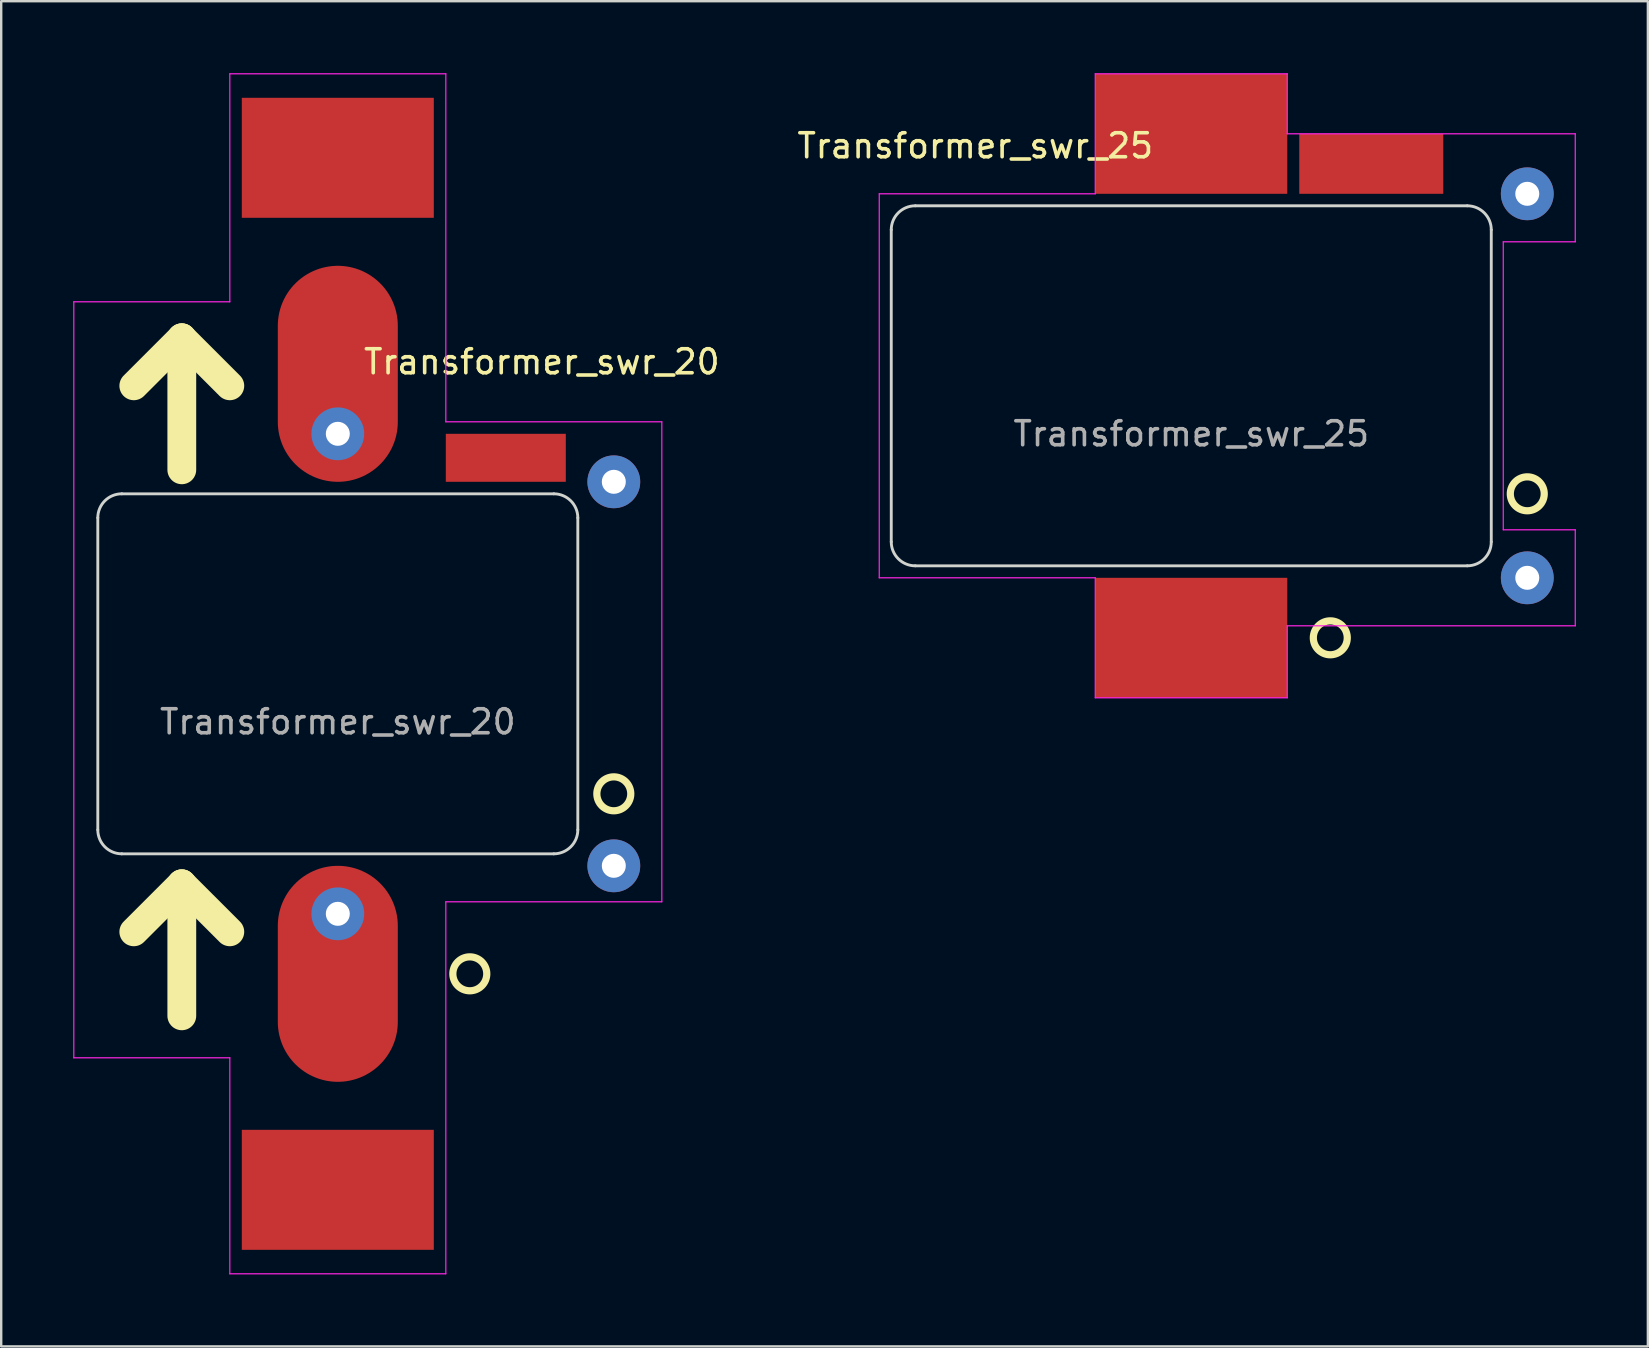
<source format=kicad_pcb>
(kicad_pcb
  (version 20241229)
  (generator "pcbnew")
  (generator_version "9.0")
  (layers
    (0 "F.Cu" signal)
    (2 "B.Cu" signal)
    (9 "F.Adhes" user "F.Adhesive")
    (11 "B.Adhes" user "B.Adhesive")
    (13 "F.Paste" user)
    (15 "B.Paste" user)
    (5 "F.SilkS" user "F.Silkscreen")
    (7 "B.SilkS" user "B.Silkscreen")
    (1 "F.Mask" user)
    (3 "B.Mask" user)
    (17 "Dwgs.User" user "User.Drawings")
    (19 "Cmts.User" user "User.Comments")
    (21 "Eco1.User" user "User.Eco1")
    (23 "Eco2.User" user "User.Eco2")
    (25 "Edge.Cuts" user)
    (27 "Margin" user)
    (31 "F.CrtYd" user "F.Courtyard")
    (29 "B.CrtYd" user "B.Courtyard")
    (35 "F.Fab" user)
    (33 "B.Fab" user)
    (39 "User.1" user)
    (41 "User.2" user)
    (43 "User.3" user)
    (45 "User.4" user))
  (footprint "Transformer_swr_25"
    (layer "F.Cu")
    (at 46.585 13.025)
    (property "Reference" "Transformer_swr_25" (at -9 -10 0) (unlocked yes) (layer "F.SilkS") (effects (font (size 1 1) (thickness 0.15))))
    (attr through_hole)
    (fp_circle (center 5.793 10.5) (end 6.5 10.5) (stroke (width 0.3) (type solid)) (fill no) (layer "F.SilkS"))
    (fp_circle (center 14 4.5) (end 14.707 4.5) (stroke (width 0.3) (type solid)) (fill no) (layer "F.SilkS"))
    (fp_line (start -12.5 6.5) (end -12.5 -6.5) (stroke (width 0.12) (type solid)) (layer "Edge.Cuts"))
    (fp_line (start -11.5 -7.5) (end 11.5 -7.5) (stroke (width 0.12) (type solid)) (layer "Edge.Cuts"))
    (fp_line (start 11.5 7.5) (end -11.5 7.5) (stroke (width 0.12) (type solid)) (layer "Edge.Cuts"))
    (fp_line (start 12.5 -6.5) (end 12.5 6.5) (stroke (width 0.12) (type solid)) (layer "Edge.Cuts"))
    (fp_arc (start -12.5 -6.5) (mid -12.207107 -7.207107) (end -11.5 -7.5) (stroke (width 0.12) (type solid)) (layer "Edge.Cuts"))
    (fp_arc (start -11.5 7.5) (mid -12.207107 7.207107) (end -12.5 6.5) (stroke (width 0.12) (type solid)) (layer "Edge.Cuts"))
    (fp_arc (start 11.5 -7.5) (mid 12.207107 -7.207107) (end 12.5 -6.5) (stroke (width 0.12) (type solid)) (layer "Edge.Cuts"))
    (fp_arc (start 12.5 6.5) (mid 12.207107 7.207107) (end 11.5 7.5) (stroke (width 0.12) (type solid)) (layer "Edge.Cuts"))
    (fp_line (start -13 -8) (end -13 8) (stroke (width 0.05) (type solid)) (layer "F.CrtYd"))
    (fp_line (start -13 8) (end -4 8) (stroke (width 0.05) (type solid)) (layer "F.CrtYd"))
    (fp_line (start -4 -13) (end -4 -8) (stroke (width 0.05) (type solid)) (layer "F.CrtYd"))
    (fp_line (start -4 -8) (end -13 -8) (stroke (width 0.05) (type solid)) (layer "F.CrtYd"))
    (fp_line (start -4 8) (end -4 13) (stroke (width 0.05) (type solid)) (layer "F.CrtYd"))
    (fp_line (start -4 13) (end 4 13) (stroke (width 0.05) (type solid)) (layer "F.CrtYd"))
    (fp_line (start 4 -13) (end -4 -13) (stroke (width 0.05) (type solid)) (layer "F.CrtYd"))
    (fp_line (start 4 -10.5) (end 4 -13) (stroke (width 0.05) (type solid)) (layer "F.CrtYd"))
    (fp_line (start 4 10) (end 16 10) (stroke (width 0.05) (type solid)) (layer "F.CrtYd"))
    (fp_line (start 4 13) (end 4 10) (stroke (width 0.05) (type solid)) (layer "F.CrtYd"))
    (fp_line (start 13 -6) (end 16 -6) (stroke (width 0.05) (type solid)) (layer "F.CrtYd"))
    (fp_line (start 13 6) (end 13 -6) (stroke (width 0.05) (type solid)) (layer "F.CrtYd"))
    (fp_line (start 16 -10.5) (end 4 -10.5) (stroke (width 0.05) (type solid)) (layer "F.CrtYd"))
    (fp_line (start 16 -6) (end 16 -10.5) (stroke (width 0.05) (type solid)) (layer "F.CrtYd"))
    (fp_line (start 16 6) (end 13 6) (stroke (width 0.05) (type solid)) (layer "F.CrtYd"))
    (fp_line (start 16 10) (end 16 6) (stroke (width 0.05) (type solid)) (layer "F.CrtYd"))
    (fp_text user "${REFERENCE}" (at 0 2 0) (unlocked yes) (layer "F.Fab") (effects (font (size 1 1) (thickness 0.15))))
    (pad "1" smd rect (at 0 10.5) (size 8 5) (layers "F.Cu" "F.Mask" "F.Paste"))
    (pad "2" smd rect (at 0 -10.5) (size 8 5) (layers "F.Cu" "F.Mask" "F.Paste"))
    (pad "3" thru_hole circle (at 14 8) (size 2.2 2.2) (drill 1) (layers "*.Cu" "*.Mask"))
    (pad "4" thru_hole circle (at 14 -8) (size 2.2 2.2) (drill 1) (layers "*.Cu" "*.Mask"))
    (pad "5" smd rect (at 7.5 -9.25) (size 6 2.5) (layers "F.Cu" "F.Mask" "F.Paste")))
  (footprint "Transformer_swr_20"
    (layer "F.Cu")
    (at 11.025 25.025)
    (property "Reference" "Transformer_swr_20" (at 8.5 -13 0) (unlocked yes) (layer "F.SilkS") (effects (font (size 1 1) (thickness 0.15))))
    (attr through_hole)
    (fp_line (start -6.5 -14) (end -8.5 -12) (stroke (width 1.2) (type solid)) (layer "F.SilkS"))
    (fp_line (start -6.5 -14) (end -4.5 -12) (stroke (width 1.2) (type solid)) (layer "F.SilkS"))
    (fp_line (start -6.5 -8.5) (end -6.5 -14) (stroke (width 1.2) (type solid)) (layer "F.SilkS"))
    (fp_line (start -6.5 8.75) (end -8.5 10.75) (stroke (width 1.2) (type solid)) (layer "F.SilkS"))
    (fp_line (start -6.5 8.75) (end -4.5 10.75) (stroke (width 1.2) (type solid)) (layer "F.SilkS"))
    (fp_line (start -6.5 14.25) (end -6.5 8.75) (stroke (width 1.2) (type solid)) (layer "F.SilkS"))
    (fp_circle (center 5.5 12.5) (end 6.207 12.5) (stroke (width 0.3) (type solid)) (fill no) (layer "F.SilkS"))
    (fp_circle (center 11.5 5) (end 12.207 5) (stroke (width 0.3) (type solid)) (fill no) (layer "F.SilkS"))
    (fp_line (start -10 6.5) (end -10 -6.5) (stroke (width 0.12) (type solid)) (layer "Edge.Cuts"))
    (fp_line (start -9 -7.5) (end 9 -7.5) (stroke (width 0.12) (type solid)) (layer "Edge.Cuts"))
    (fp_line (start 9 7.5) (end -9 7.5) (stroke (width 0.12) (type solid)) (layer "Edge.Cuts"))
    (fp_line (start 10 -6.5) (end 10 6.5) (stroke (width 0.12) (type solid)) (layer "Edge.Cuts"))
    (fp_arc (start -10 -6.5) (mid -9.707107 -7.207107) (end -9 -7.5) (stroke (width 0.12) (type solid)) (layer "Edge.Cuts"))
    (fp_arc (start -9 7.5) (mid -9.707107 7.207107) (end -10 6.5) (stroke (width 0.12) (type solid)) (layer "Edge.Cuts"))
    (fp_arc (start 9 -7.5) (mid 9.707107 -7.207107) (end 10 -6.5) (stroke (width 0.12) (type solid)) (layer "Edge.Cuts"))
    (fp_arc (start 10 6.5) (mid 9.707107 7.207107) (end 9 7.5) (stroke (width 0.12) (type solid)) (layer "Edge.Cuts"))
    (fp_line (start -11 -15.5) (end -11 16) (stroke (width 0.05) (type solid)) (layer "F.CrtYd"))
    (fp_line (start -11 -15.5) (end -4.5 -15.5) (stroke (width 0.05) (type solid)) (layer "F.CrtYd"))
    (fp_line (start -4.5 -25) (end -4.5 -15.5) (stroke (width 0.05) (type solid)) (layer "F.CrtYd"))
    (fp_line (start -4.5 16) (end -11 16) (stroke (width 0.05) (type solid)) (layer "F.CrtYd"))
    (fp_line (start -4.5 25) (end -4.5 16) (stroke (width 0.05) (type solid)) (layer "F.CrtYd"))
    (fp_line (start -4.5 25) (end 4.5 25) (stroke (width 0.05) (type solid)) (layer "F.CrtYd"))
    (fp_line (start 4.5 -25) (end -4.5 -25) (stroke (width 0.05) (type solid)) (layer "F.CrtYd"))
    (fp_line (start 4.5 -10.5) (end 4.5 -25) (stroke (width 0.05) (type solid)) (layer "F.CrtYd"))
    (fp_line (start 4.5 25) (end 4.5 9.5) (stroke (width 0.05) (type solid)) (layer "F.CrtYd"))
    (fp_line (start 13.5 -10.5) (end 4.5 -10.5) (stroke (width 0.05) (type solid)) (layer "F.CrtYd"))
    (fp_line (start 13.5 9.5) (end 4.5 9.5) (stroke (width 0.05) (type solid)) (layer "F.CrtYd"))
    (fp_line (start 13.5 9.5) (end 13.5 -10.5) (stroke (width 0.05) (type solid)) (layer "F.CrtYd"))
    (fp_text user "${REFERENCE}" (at 0 2 0) (unlocked yes) (layer "F.Fab") (effects (font (size 1 1) (thickness 0.15))))
    (pad "1" thru_hole circle (at 0 10 180) (size 2.2 2.2) (drill 1) (layers "*.Cu" "*.Mask"))
    (pad "1" smd oval (at 0 12.5 180) (size 5 9) (layers "F.Cu" "F.Mask" "F.Paste"))
    (pad "2" smd oval (at 0 -12.5) (size 5 9) (layers "F.Cu" "F.Mask" "F.Paste"))
    (pad "2" thru_hole circle (at 0 -10) (size 2.2 2.2) (drill 1) (layers "*.Cu" "*.Mask"))
    (pad "3" thru_hole circle (at 11.5 8) (size 2.2 2.2) (drill 1) (layers "*.Cu" "*.Mask"))
    (pad "4" thru_hole circle (at 11.5 -8) (size 2.2 2.2) (drill 1) (layers "*.Cu" "*.Mask"))
    (pad "5" smd rect (at 0 -21.5) (size 8 5) (layers "F.Cu" "F.Mask" "F.Paste"))
    (pad "5" smd rect (at 0 21.5) (size 8 5) (layers "F.Cu" "F.Mask" "F.Paste"))
    (pad "5" smd rect (at 7 -9) (size 5 2) (layers "F.Cu" "F.Mask" "F.Paste")))
  (gr_rect
    (start -3 -3)
    (end 65.61 53.05)
    (stroke (width 0.1) (type default))
    (fill no)
    (layer "Edge.Cuts")))
</source>
